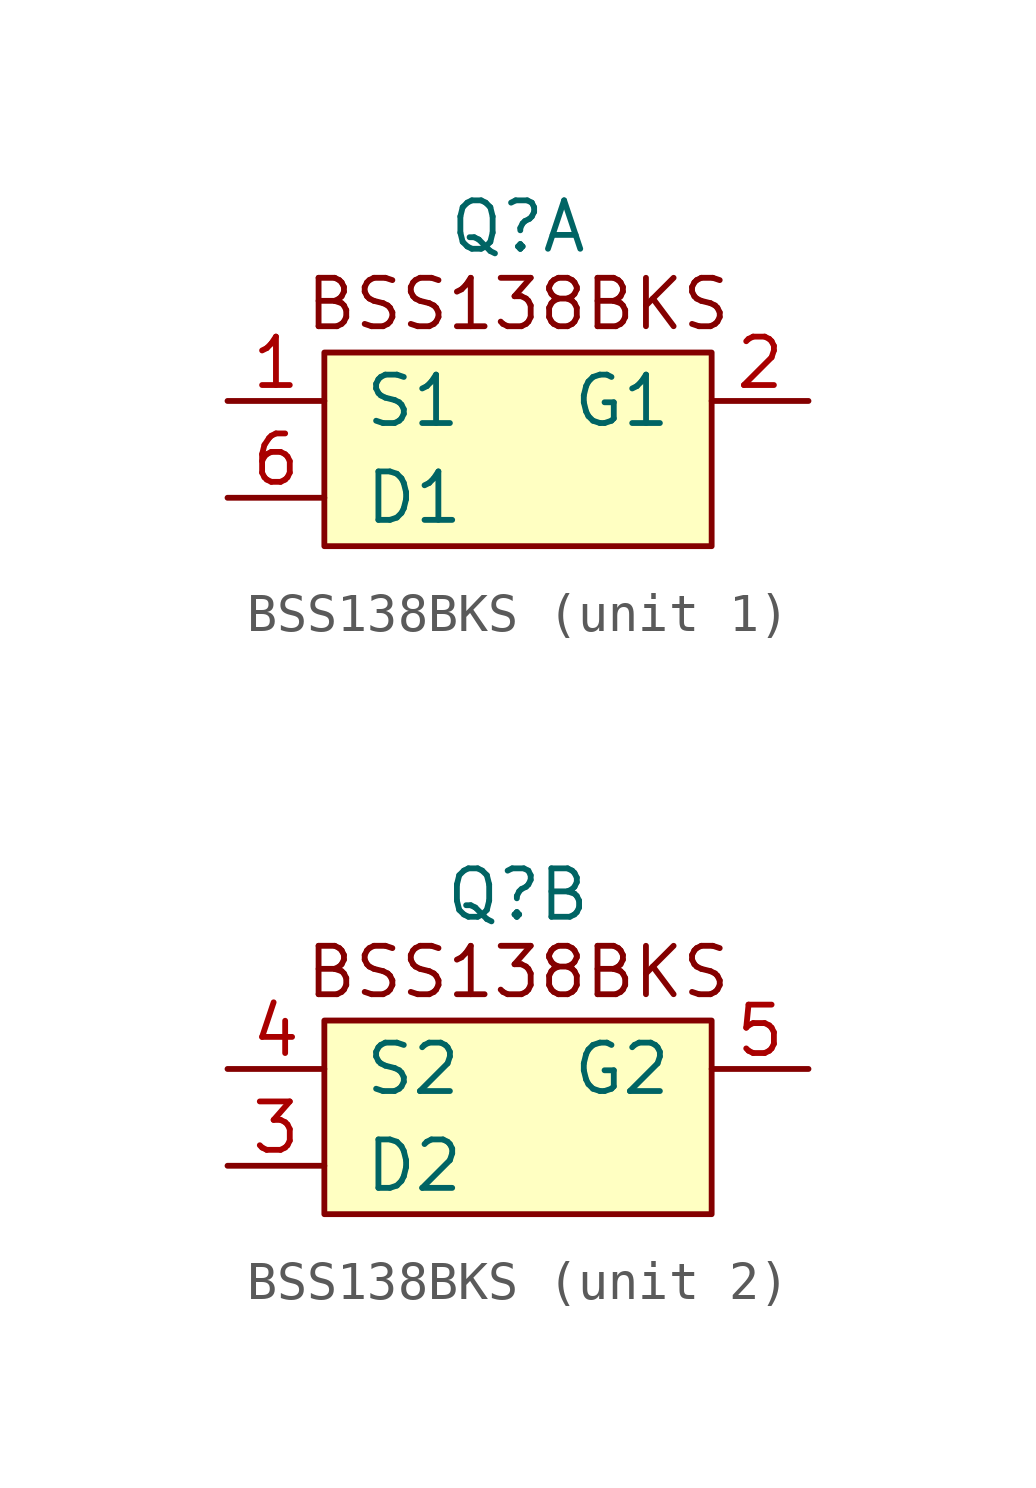
<source format=kicad_sym>
(kicad_symbol_lib
  (version 20231120)
  (generator "kicad_symbol_editor")
  (generator_version "8.0")
  (symbol "BSS138BKS"
    (pin_names
      (offset 1.016))
    (property "Reference" "Q"
      (at 0 2.032 0)
      (do_not_autoplace)
      (effects (font (size 1.27 1.27))))
    (property "Value" ""
      (at 0 0 0)
      (effects (font (size 1.27 1.27))))
    (property "ki_locked" ""
      (at 0 0 0)
      (effects (font (size 1.27 1.27))))
    (symbol "BSS138BKS_0_1"
      (text "BSS138BKS" (at 0 0 0) (effects (font (size 1.27 1.27)))))
    (symbol "BSS138BKS_1_1"
      (rectangle (start -5.08 -1.27) (end 5.08 -6.35) (stroke (width 0) (type default)) (fill (type background)))
      (pin passive line (at -7.62 -2.54 0) (length 2.54) (name "S1" (effects (font (size 1.27 1.27)))) (number "1" (effects (font (size 1.27 1.27)))))
      (pin passive line (at 7.62 -2.54 180) (length 2.54) (name "G1" (effects (font (size 1.27 1.27)))) (number "2" (effects (font (size 1.27 1.27)))))
      (pin passive line (at -7.62 -5.08 0) (length 2.54) (name "D1" (effects (font (size 1.27 1.27)))) (number "6" (effects (font (size 1.27 1.27))))))
    (symbol "BSS138BKS_2_1"
      (rectangle (start -5.08 -1.27) (end 5.08 -6.35) (stroke (width 0) (type default)) (fill (type background)))
      (pin passive line (at -7.62 -5.08 0) (length 2.54) (name "D2" (effects (font (size 1.27 1.27)))) (number "3" (effects (font (size 1.27 1.27)))))
      (pin passive line (at -7.62 -2.54 0) (length 2.54) (name "S2" (effects (font (size 1.27 1.27)))) (number "4" (effects (font (size 1.27 1.27)))))
      (pin passive line (at 7.62 -2.54 180) (length 2.54) (name "G2" (effects (font (size 1.27 1.27)))) (number "5" (effects (font (size 1.27 1.27))))))))
</source>
